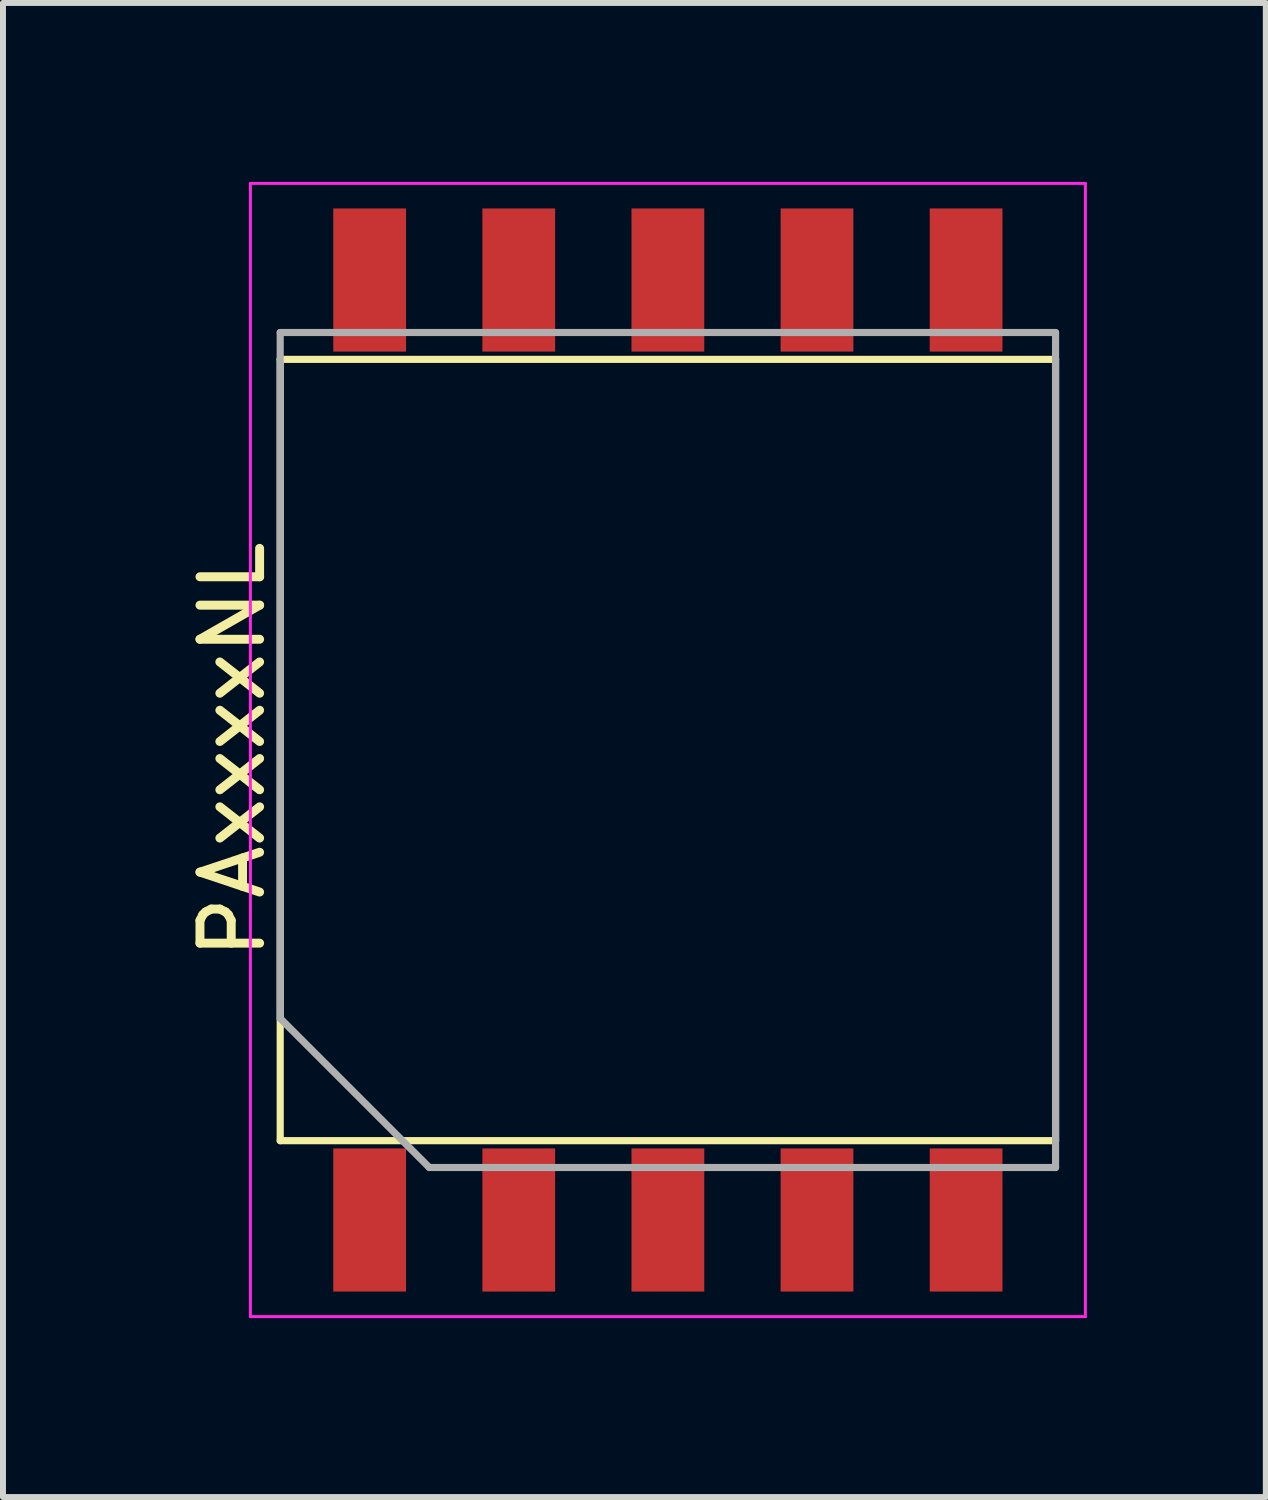
<source format=kicad_pcb>
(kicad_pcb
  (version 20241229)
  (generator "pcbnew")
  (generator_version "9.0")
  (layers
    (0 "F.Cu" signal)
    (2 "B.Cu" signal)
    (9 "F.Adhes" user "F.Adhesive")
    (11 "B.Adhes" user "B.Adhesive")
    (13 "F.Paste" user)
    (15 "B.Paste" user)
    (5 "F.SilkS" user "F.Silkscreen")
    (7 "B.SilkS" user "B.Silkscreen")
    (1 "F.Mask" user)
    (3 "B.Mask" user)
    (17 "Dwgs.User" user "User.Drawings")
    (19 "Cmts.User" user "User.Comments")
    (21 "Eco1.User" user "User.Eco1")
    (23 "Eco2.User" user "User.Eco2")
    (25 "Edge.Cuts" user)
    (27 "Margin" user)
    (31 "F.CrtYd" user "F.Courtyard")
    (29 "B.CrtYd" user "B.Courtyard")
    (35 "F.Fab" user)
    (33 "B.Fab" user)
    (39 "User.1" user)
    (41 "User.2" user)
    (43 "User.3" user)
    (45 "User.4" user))
  (footprint "PAxxxxNL"
    (layer "F.Cu")
    (at 8.148 9.525)
    (property "Reference" "PAxxxxNL" (at -7.3 0 90) (layer "F.SilkS") (effects (font (size 1 1) (thickness 0.15))))
    (attr through_hole)
    (fp_line (start -6.5 -6.55) (end 6.5 -6.55) (stroke (width 0.12) (type solid)) (layer "F.SilkS"))
    (fp_line (start -6.5 6.55) (end -6.5 -6.55) (stroke (width 0.12) (type solid)) (layer "F.SilkS"))
    (fp_line (start 6.5 -6.55) (end 6.5 6.55) (stroke (width 0.12) (type solid)) (layer "F.SilkS"))
    (fp_line (start 6.5 6.55) (end -6.5 6.55) (stroke (width 0.12) (type solid)) (layer "F.SilkS"))
    (fp_line (start -7 -9.5) (end 7 -9.5) (stroke (width 0.05) (type solid)) (layer "F.CrtYd"))
    (fp_line (start -7 9.5) (end -7 -9.5) (stroke (width 0.05) (type solid)) (layer "F.CrtYd"))
    (fp_line (start 7 -9.5) (end 7 9.5) (stroke (width 0.05) (type solid)) (layer "F.CrtYd"))
    (fp_line (start 7 9.5) (end -7 9.5) (stroke (width 0.05) (type solid)) (layer "F.CrtYd"))
    (fp_line (start -6.5 -7) (end -6.5 4.5) (stroke (width 0.12) (type solid)) (layer "F.Fab"))
    (fp_line (start -6.5 4.5) (end -4 7) (stroke (width 0.12) (type solid)) (layer "F.Fab"))
    (fp_line (start -4 7) (end 6.5 7) (stroke (width 0.12) (type solid)) (layer "F.Fab"))
    (fp_line (start 6.5 -7) (end -6.5 -7) (stroke (width 0.12) (type solid)) (layer "F.Fab"))
    (fp_line (start 6.5 7) (end 6.5 -7) (stroke (width 0.12) (type solid)) (layer "F.Fab"))
    (pad "1" smd rect (at 5 7.88) (size 1.22 2.4) (layers "F.Cu" "F.Mask" "F.Paste"))
    (pad "2" smd rect (at 2.5 7.88) (size 1.22 2.4) (layers "F.Cu" "F.Mask" "F.Paste"))
    (pad "3" smd rect (at 0 7.88) (size 1.22 2.4) (layers "F.Cu" "F.Mask" "F.Paste"))
    (pad "4" smd rect (at -2.5 7.88) (size 1.22 2.4) (layers "F.Cu" "F.Mask" "F.Paste"))
    (pad "5" smd rect (at -5 7.88) (size 1.22 2.4) (layers "F.Cu" "F.Mask" "F.Paste"))
    (pad "6" smd rect (at -5 -7.88) (size 1.22 2.4) (layers "F.Cu" "F.Mask" "F.Paste"))
    (pad "7" smd rect (at -2.5 -7.88) (size 1.22 2.4) (layers "F.Cu" "F.Mask" "F.Paste"))
    (pad "8" smd rect (at 0 -7.88) (size 1.22 2.4) (layers "F.Cu" "F.Mask" "F.Paste"))
    (pad "9" smd rect (at 2.5 -7.88) (size 1.22 2.4) (layers "F.Cu" "F.Mask" "F.Paste"))
    (pad "10" smd rect (at 5 -7.88) (size 1.22 2.4) (layers "F.Cu" "F.Mask" "F.Paste")))
  (gr_rect
    (start -3 -3)
    (end 18.173 22.05)
    (stroke (width 0.1) (type default))
    (fill no)
    (layer "Edge.Cuts")))
</source>
